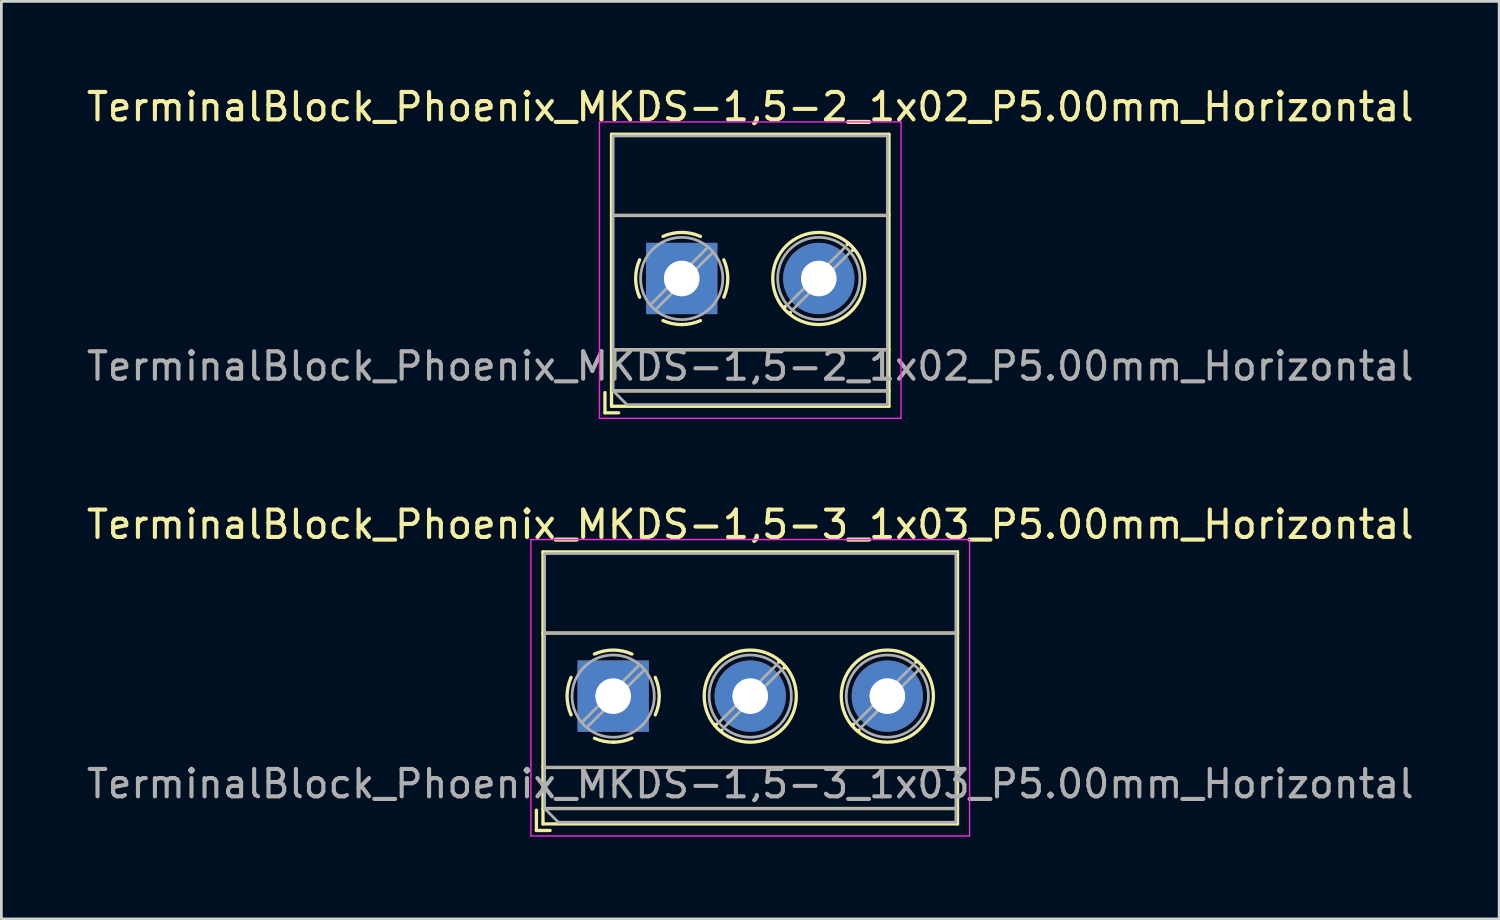
<source format=kicad_pcb>
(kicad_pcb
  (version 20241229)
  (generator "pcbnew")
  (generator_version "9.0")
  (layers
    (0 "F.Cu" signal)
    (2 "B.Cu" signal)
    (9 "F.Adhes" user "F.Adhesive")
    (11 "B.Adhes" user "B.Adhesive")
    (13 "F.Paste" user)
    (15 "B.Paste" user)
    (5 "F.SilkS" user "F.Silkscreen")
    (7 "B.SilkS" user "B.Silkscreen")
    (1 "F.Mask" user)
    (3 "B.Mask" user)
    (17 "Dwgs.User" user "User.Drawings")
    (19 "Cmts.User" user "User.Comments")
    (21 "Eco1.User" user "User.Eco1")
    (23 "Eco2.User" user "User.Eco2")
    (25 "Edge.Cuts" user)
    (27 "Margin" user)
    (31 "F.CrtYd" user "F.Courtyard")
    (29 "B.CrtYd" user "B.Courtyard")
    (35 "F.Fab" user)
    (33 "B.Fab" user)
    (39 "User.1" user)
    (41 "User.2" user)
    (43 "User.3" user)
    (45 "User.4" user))
  (footprint "TerminalBlock_Phoenix_MKDS-1,5-3_1x03_P5.00mm_Horizontal"
    (layer "F.Cu")
    (at 19.315 22.341)
    (property "Reference" "TerminalBlock_Phoenix_MKDS-1,5-3_1x03_P5.00mm_Horizontal" (at 5 -6.26 0) (layer "F.SilkS") (effects (font (size 1 1) (thickness 0.15))))
    (attr through_hole)
    (fp_line (start -2.8 4.16) (end -2.8 4.9) (stroke (width 0.12) (type solid)) (layer "F.SilkS"))
    (fp_line (start -2.8 4.9) (end -2.3 4.9) (stroke (width 0.12) (type solid)) (layer "F.SilkS"))
    (fp_line (start -2.56 -5.261) (end -2.56 4.66) (stroke (width 0.12) (type solid)) (layer "F.SilkS"))
    (fp_line (start -2.56 -5.261) (end 12.56 -5.261) (stroke (width 0.12) (type solid)) (layer "F.SilkS"))
    (fp_line (start -2.56 -2.301) (end 12.56 -2.301) (stroke (width 0.12) (type solid)) (layer "F.SilkS"))
    (fp_line (start -2.56 2.6) (end 12.56 2.6) (stroke (width 0.12) (type solid)) (layer "F.SilkS"))
    (fp_line (start -2.56 4.1) (end 12.56 4.1) (stroke (width 0.12) (type solid)) (layer "F.SilkS"))
    (fp_line (start -2.56 4.66) (end 12.56 4.66) (stroke (width 0.12) (type solid)) (layer "F.SilkS"))
    (fp_line (start 3.773 1.023) (end 3.726 1.069) (stroke (width 0.12) (type solid)) (layer "F.SilkS"))
    (fp_line (start 3.966 1.239) (end 3.931 1.274) (stroke (width 0.12) (type solid)) (layer "F.SilkS"))
    (fp_line (start 6.07 -1.275) (end 6.035 -1.239) (stroke (width 0.12) (type solid)) (layer "F.SilkS"))
    (fp_line (start 6.275 -1.069) (end 6.228 -1.023) (stroke (width 0.12) (type solid)) (layer "F.SilkS"))
    (fp_line (start 8.773 1.023) (end 8.726 1.069) (stroke (width 0.12) (type solid)) (layer "F.SilkS"))
    (fp_line (start 8.966 1.239) (end 8.931 1.274) (stroke (width 0.12) (type solid)) (layer "F.SilkS"))
    (fp_line (start 11.07 -1.275) (end 11.035 -1.239) (stroke (width 0.12) (type solid)) (layer "F.SilkS"))
    (fp_line (start 11.275 -1.069) (end 11.228 -1.023) (stroke (width 0.12) (type solid)) (layer "F.SilkS"))
    (fp_line (start 12.56 -5.261) (end 12.56 4.66) (stroke (width 0.12) (type solid)) (layer "F.SilkS"))
    (fp_arc (start -1.535427 0.683042) (mid -1.680501 -0.000524) (end -1.535 -0.684) (stroke (width 0.12) (type solid)) (layer "F.SilkS"))
    (fp_arc (start -0.683042 -1.535427) (mid 0.000524 -1.680501) (end 0.684 -1.535) (stroke (width 0.12) (type solid)) (layer "F.SilkS"))
    (fp_arc (start 0.028805 1.680253) (mid -0.335551 1.646659) (end -0.684 1.535) (stroke (width 0.12) (type solid)) (layer "F.SilkS"))
    (fp_arc (start 0.683318 1.534756) (mid 0.349292 1.643288) (end 0 1.68) (stroke (width 0.12) (type solid)) (layer "F.SilkS"))
    (fp_arc (start 1.535427 -0.683042) (mid 1.680501 0.000524) (end 1.535 0.684) (stroke (width 0.12) (type solid)) (layer "F.SilkS"))
    (fp_circle (center 5 0) (end 6.68 0) (stroke (width 0.12) (type solid)) (fill no) (layer "F.SilkS"))
    (fp_circle (center 10 0) (end 11.68 0) (stroke (width 0.12) (type solid)) (fill no) (layer "F.SilkS"))
    (fp_line (start -3 -5.71) (end -3 5.1) (stroke (width 0.05) (type solid)) (layer "F.CrtYd"))
    (fp_line (start -3 5.1) (end 13 5.1) (stroke (width 0.05) (type solid)) (layer "F.CrtYd"))
    (fp_line (start 13 -5.71) (end -3 -5.71) (stroke (width 0.05) (type solid)) (layer "F.CrtYd"))
    (fp_line (start 13 5.1) (end 13 -5.71) (stroke (width 0.05) (type solid)) (layer "F.CrtYd"))
    (fp_line (start -2.5 -5.2) (end 12.5 -5.2) (stroke (width 0.1) (type solid)) (layer "F.Fab"))
    (fp_line (start -2.5 -2.3) (end 12.5 -2.3) (stroke (width 0.1) (type solid)) (layer "F.Fab"))
    (fp_line (start -2.5 2.6) (end 12.5 2.6) (stroke (width 0.1) (type solid)) (layer "F.Fab"))
    (fp_line (start -2.5 4.1) (end -2.5 -5.2) (stroke (width 0.1) (type solid)) (layer "F.Fab"))
    (fp_line (start -2.5 4.1) (end 12.5 4.1) (stroke (width 0.1) (type solid)) (layer "F.Fab"))
    (fp_line (start -2 4.6) (end -2.5 4.1) (stroke (width 0.1) (type solid)) (layer "F.Fab"))
    (fp_line (start 0.955 -1.138) (end -1.138 0.955) (stroke (width 0.1) (type solid)) (layer "F.Fab"))
    (fp_line (start 1.138 -0.955) (end -0.955 1.138) (stroke (width 0.1) (type solid)) (layer "F.Fab"))
    (fp_line (start 5.955 -1.138) (end 3.863 0.955) (stroke (width 0.1) (type solid)) (layer "F.Fab"))
    (fp_line (start 6.138 -0.955) (end 4.046 1.138) (stroke (width 0.1) (type solid)) (layer "F.Fab"))
    (fp_line (start 10.955 -1.138) (end 8.863 0.955) (stroke (width 0.1) (type solid)) (layer "F.Fab"))
    (fp_line (start 11.138 -0.955) (end 9.046 1.138) (stroke (width 0.1) (type solid)) (layer "F.Fab"))
    (fp_line (start 12.5 -5.2) (end 12.5 4.6) (stroke (width 0.1) (type solid)) (layer "F.Fab"))
    (fp_line (start 12.5 4.6) (end -2 4.6) (stroke (width 0.1) (type solid)) (layer "F.Fab"))
    (fp_circle (center 0 0) (end 1.5 0) (stroke (width 0.1) (type solid)) (fill no) (layer "F.Fab"))
    (fp_circle (center 5 0) (end 6.5 0) (stroke (width 0.1) (type solid)) (fill no) (layer "F.Fab"))
    (fp_circle (center 10 0) (end 11.5 0) (stroke (width 0.1) (type solid)) (fill no) (layer "F.Fab"))
    (fp_text user "${REFERENCE}" (at 5 3.2 0) (layer "F.Fab") (effects (font (size 1 1) (thickness 0.15))))
    (pad "1" thru_hole rect (at 0 0) (size 2.6 2.6) (drill 1.3) (layers "*.Cu" "*.Mask"))
    (pad "2" thru_hole circle (at 5 0) (size 2.6 2.6) (drill 1.3) (layers "*.Cu" "*.Mask"))
    (pad "3" thru_hole circle (at 10 0) (size 2.6 2.6) (drill 1.3) (layers "*.Cu" "*.Mask")))
  (footprint "TerminalBlock_Phoenix_MKDS-1,5-2_1x02_P5.00mm_Horizontal"
    (layer "F.Cu")
    (at 21.815 7.108)
    (property "Reference" "TerminalBlock_Phoenix_MKDS-1,5-2_1x02_P5.00mm_Horizontal" (at 2.5 -6.26 0) (layer "F.SilkS") (effects (font (size 1 1) (thickness 0.15))))
    (attr through_hole)
    (fp_line (start -2.8 4.16) (end -2.8 4.9) (stroke (width 0.12) (type solid)) (layer "F.SilkS"))
    (fp_line (start -2.8 4.9) (end -2.3 4.9) (stroke (width 0.12) (type solid)) (layer "F.SilkS"))
    (fp_line (start -2.56 -5.261) (end -2.56 4.66) (stroke (width 0.12) (type solid)) (layer "F.SilkS"))
    (fp_line (start -2.56 -5.261) (end 7.56 -5.261) (stroke (width 0.12) (type solid)) (layer "F.SilkS"))
    (fp_line (start -2.56 -2.301) (end 7.56 -2.301) (stroke (width 0.12) (type solid)) (layer "F.SilkS"))
    (fp_line (start -2.56 2.6) (end 7.56 2.6) (stroke (width 0.12) (type solid)) (layer "F.SilkS"))
    (fp_line (start -2.56 4.1) (end 7.56 4.1) (stroke (width 0.12) (type solid)) (layer "F.SilkS"))
    (fp_line (start -2.56 4.66) (end 7.56 4.66) (stroke (width 0.12) (type solid)) (layer "F.SilkS"))
    (fp_line (start 3.773 1.023) (end 3.726 1.069) (stroke (width 0.12) (type solid)) (layer "F.SilkS"))
    (fp_line (start 3.966 1.239) (end 3.931 1.274) (stroke (width 0.12) (type solid)) (layer "F.SilkS"))
    (fp_line (start 6.07 -1.275) (end 6.035 -1.239) (stroke (width 0.12) (type solid)) (layer "F.SilkS"))
    (fp_line (start 6.275 -1.069) (end 6.228 -1.023) (stroke (width 0.12) (type solid)) (layer "F.SilkS"))
    (fp_line (start 7.56 -5.261) (end 7.56 4.66) (stroke (width 0.12) (type solid)) (layer "F.SilkS"))
    (fp_arc (start -1.535427 0.683042) (mid -1.680501 -0.000524) (end -1.535 -0.684) (stroke (width 0.12) (type solid)) (layer "F.SilkS"))
    (fp_arc (start -0.683042 -1.535427) (mid 0.000524 -1.680501) (end 0.684 -1.535) (stroke (width 0.12) (type solid)) (layer "F.SilkS"))
    (fp_arc (start 0.028805 1.680253) (mid -0.335551 1.646659) (end -0.684 1.535) (stroke (width 0.12) (type solid)) (layer "F.SilkS"))
    (fp_arc (start 0.683318 1.534756) (mid 0.349292 1.643288) (end 0 1.68) (stroke (width 0.12) (type solid)) (layer "F.SilkS"))
    (fp_arc (start 1.535427 -0.683042) (mid 1.680501 0.000524) (end 1.535 0.684) (stroke (width 0.12) (type solid)) (layer "F.SilkS"))
    (fp_circle (center 5 0) (end 6.68 0) (stroke (width 0.12) (type solid)) (fill no) (layer "F.SilkS"))
    (fp_line (start -3 -5.71) (end -3 5.1) (stroke (width 0.05) (type solid)) (layer "F.CrtYd"))
    (fp_line (start -3 5.1) (end 8 5.1) (stroke (width 0.05) (type solid)) (layer "F.CrtYd"))
    (fp_line (start 8 -5.71) (end -3 -5.71) (stroke (width 0.05) (type solid)) (layer "F.CrtYd"))
    (fp_line (start 8 5.1) (end 8 -5.71) (stroke (width 0.05) (type solid)) (layer "F.CrtYd"))
    (fp_line (start -2.5 -5.2) (end 7.5 -5.2) (stroke (width 0.1) (type solid)) (layer "F.Fab"))
    (fp_line (start -2.5 -2.3) (end 7.5 -2.3) (stroke (width 0.1) (type solid)) (layer "F.Fab"))
    (fp_line (start -2.5 2.6) (end 7.5 2.6) (stroke (width 0.1) (type solid)) (layer "F.Fab"))
    (fp_line (start -2.5 4.1) (end -2.5 -5.2) (stroke (width 0.1) (type solid)) (layer "F.Fab"))
    (fp_line (start -2.5 4.1) (end 7.5 4.1) (stroke (width 0.1) (type solid)) (layer "F.Fab"))
    (fp_line (start -2 4.6) (end -2.5 4.1) (stroke (width 0.1) (type solid)) (layer "F.Fab"))
    (fp_line (start 0.955 -1.138) (end -1.138 0.955) (stroke (width 0.1) (type solid)) (layer "F.Fab"))
    (fp_line (start 1.138 -0.955) (end -0.955 1.138) (stroke (width 0.1) (type solid)) (layer "F.Fab"))
    (fp_line (start 5.955 -1.138) (end 3.863 0.955) (stroke (width 0.1) (type solid)) (layer "F.Fab"))
    (fp_line (start 6.138 -0.955) (end 4.046 1.138) (stroke (width 0.1) (type solid)) (layer "F.Fab"))
    (fp_line (start 7.5 -5.2) (end 7.5 4.6) (stroke (width 0.1) (type solid)) (layer "F.Fab"))
    (fp_line (start 7.5 4.6) (end -2 4.6) (stroke (width 0.1) (type solid)) (layer "F.Fab"))
    (fp_circle (center 0 0) (end 1.5 0) (stroke (width 0.1) (type solid)) (fill no) (layer "F.Fab"))
    (fp_circle (center 5 0) (end 6.5 0) (stroke (width 0.1) (type solid)) (fill no) (layer "F.Fab"))
    (fp_text user "${REFERENCE}" (at 2.5 3.2 0) (layer "F.Fab") (effects (font (size 1 1) (thickness 0.15))))
    (pad "1" thru_hole rect (at 0 0) (size 2.6 2.6) (drill 1.3) (layers "*.Cu" "*.Mask"))
    (pad "2" thru_hole circle (at 5 0) (size 2.6 2.6) (drill 1.3) (layers "*.Cu" "*.Mask")))
  (gr_rect
    (start -3 -3)
    (end 51.631 30.466)
    (stroke (width 0.1) (type default))
    (fill no)
    (layer "Edge.Cuts")))
</source>
